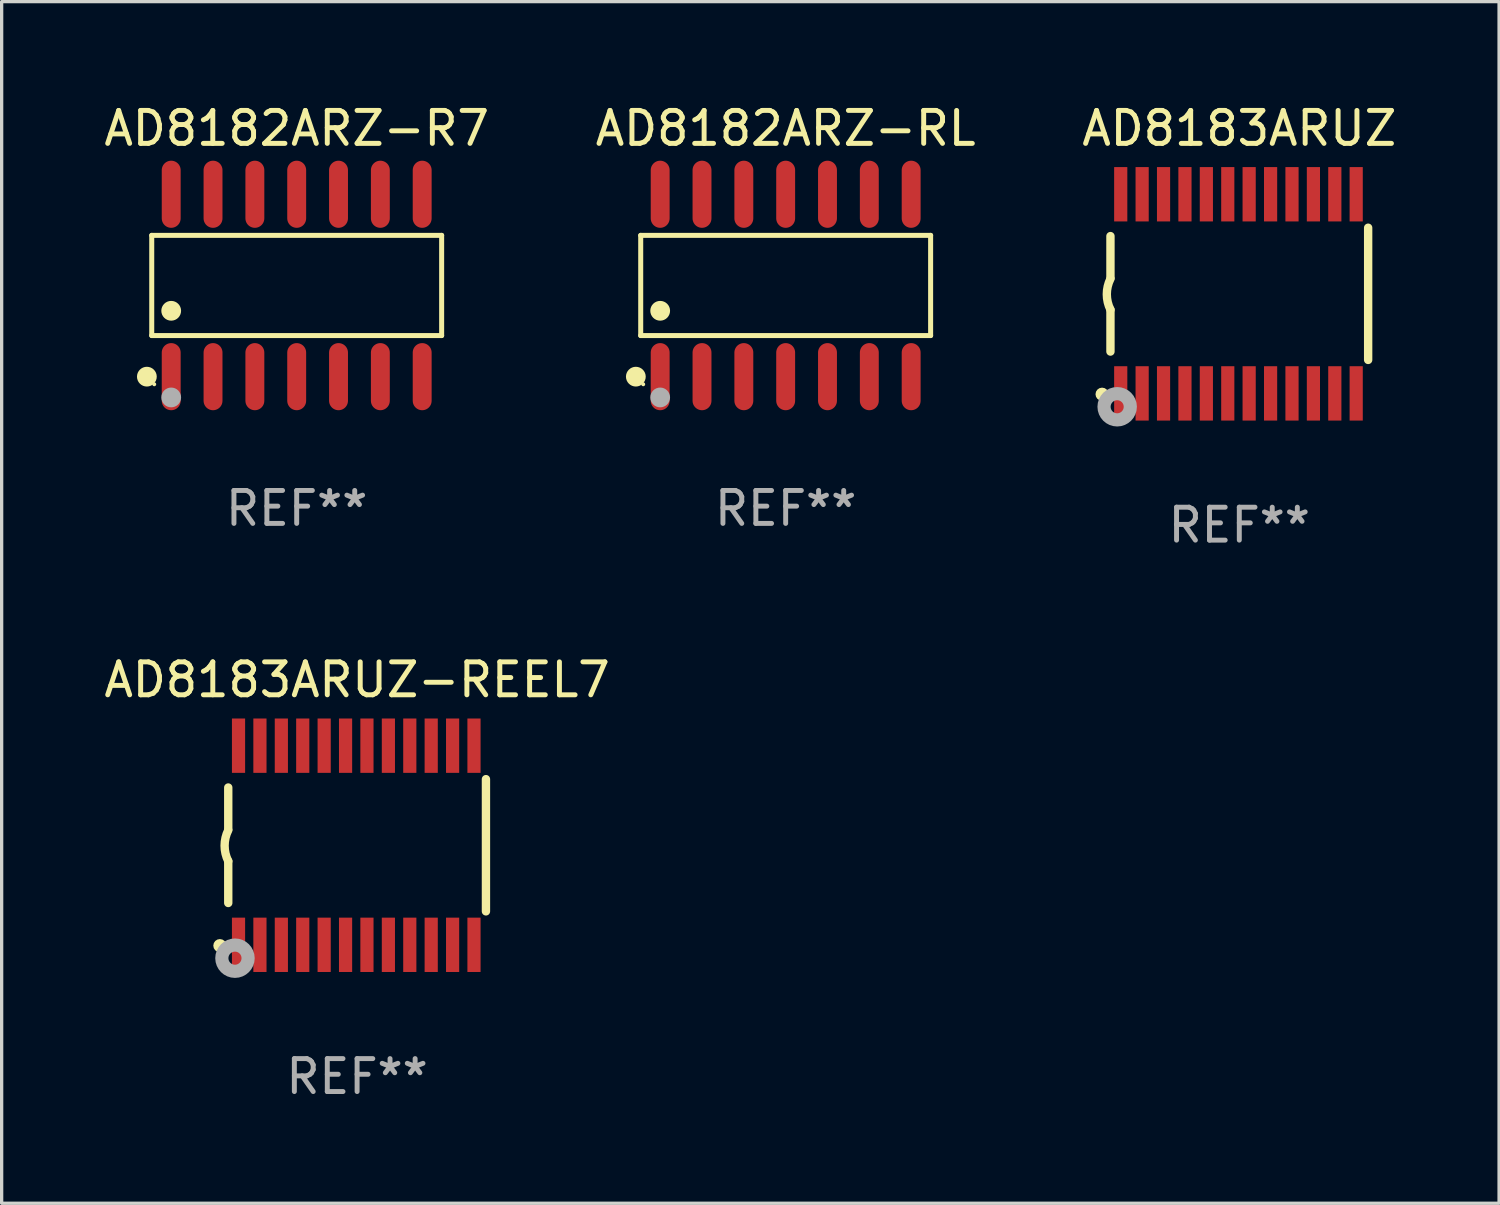
<source format=kicad_pcb>
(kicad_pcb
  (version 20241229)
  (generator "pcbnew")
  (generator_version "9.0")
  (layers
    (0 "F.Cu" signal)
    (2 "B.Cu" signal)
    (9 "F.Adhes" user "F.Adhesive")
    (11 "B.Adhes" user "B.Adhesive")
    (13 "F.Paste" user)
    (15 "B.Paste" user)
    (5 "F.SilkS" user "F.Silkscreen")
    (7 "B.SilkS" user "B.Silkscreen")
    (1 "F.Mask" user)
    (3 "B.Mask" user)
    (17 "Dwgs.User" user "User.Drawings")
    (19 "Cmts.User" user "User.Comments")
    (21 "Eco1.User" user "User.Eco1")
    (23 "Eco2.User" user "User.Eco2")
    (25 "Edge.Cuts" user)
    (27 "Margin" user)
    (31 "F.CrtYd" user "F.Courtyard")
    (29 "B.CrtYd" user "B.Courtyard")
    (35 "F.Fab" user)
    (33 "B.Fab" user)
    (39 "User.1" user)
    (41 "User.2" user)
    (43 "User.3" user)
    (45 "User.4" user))
  (footprint "AD8183ARUZ"
    (layer "F.Cu")
    (at 34.577 5.871)
    (property "Reference" "AD8183ARUZ" (at 0 -5.023 0) (layer "F.SilkS") (effects (font (size 1 1) (thickness 0.15))))
    (attr through_hole)
    (fp_line (start -3.912 -0.483) (end -3.912 -1.753) (stroke (width 0.254) (type solid)) (layer "F.SilkS"))
    (fp_line (start -3.912 1.753) (end -3.912 0.483) (stroke (width 0.254) (type solid)) (layer "F.SilkS"))
    (fp_line (start 3.912 -2.007) (end 3.912 2.007) (stroke (width 0.254) (type solid)) (layer "F.SilkS"))
    (fp_arc (start -3.911608 0.482601) (mid -4.022537 0.0127) (end -3.911608 -0.457201) (stroke (width 0.254001) (type solid)) (layer "F.SilkS"))
    (fp_circle (center -4.166 3.048) (end -4.066 3.048) (stroke (width 0.2) (type solid)) (fill no) (layer "F.SilkS"))
    (fp_circle (center -3.925 3.186) (end -3.895 3.186) (stroke (width 0.06) (type solid)) (fill no) (layer "F.SilkS"))
    (fp_circle (center -3.708 3.429) (end -3.509 3.429) (stroke (width 0.4) (type solid)) (fill no) (layer "F.Fab"))
    (fp_text user "REF**" (at 0 7.023 0) (layer "F.Fab") (effects (font (size 1 1) (thickness 0.15))))
    (pad "1" smd rect (at -3.6 3.023) (size 0.4 1.65) (layers "F.Cu" "F.Mask" "F.Paste"))
    (pad "2" smd rect (at -2.95 3.023) (size 0.4 1.65) (layers "F.Cu" "F.Mask" "F.Paste"))
    (pad "3" smd rect (at -2.3 3.023) (size 0.4 1.65) (layers "F.Cu" "F.Mask" "F.Paste"))
    (pad "4" smd rect (at -1.65 3.023) (size 0.4 1.65) (layers "F.Cu" "F.Mask" "F.Paste"))
    (pad "5" smd rect (at -1 3.023) (size 0.4 1.65) (layers "F.Cu" "F.Mask" "F.Paste"))
    (pad "6" smd rect (at -0.35 3.023) (size 0.4 1.65) (layers "F.Cu" "F.Mask" "F.Paste"))
    (pad "7" smd rect (at 0.299 3.023) (size 0.4 1.65) (layers "F.Cu" "F.Mask" "F.Paste"))
    (pad "8" smd rect (at 0.95 3.023) (size 0.4 1.65) (layers "F.Cu" "F.Mask" "F.Paste"))
    (pad "9" smd rect (at 1.6 3.023) (size 0.4 1.65) (layers "F.Cu" "F.Mask" "F.Paste"))
    (pad "10" smd rect (at 2.25 3.023) (size 0.4 1.65) (layers "F.Cu" "F.Mask" "F.Paste"))
    (pad "11" smd rect (at 2.9 3.023) (size 0.4 1.65) (layers "F.Cu" "F.Mask" "F.Paste"))
    (pad "12" smd rect (at 3.549 3.023) (size 0.4 1.65) (layers "F.Cu" "F.Mask" "F.Paste"))
    (pad "13" smd rect (at 3.549 -3.023) (size 0.4 1.65) (layers "F.Cu" "F.Mask" "F.Paste"))
    (pad "14" smd rect (at 2.9 -3.023) (size 0.4 1.65) (layers "F.Cu" "F.Mask" "F.Paste"))
    (pad "15" smd rect (at 2.25 -3.023) (size 0.4 1.65) (layers "F.Cu" "F.Mask" "F.Paste"))
    (pad "16" smd rect (at 1.6 -3.023) (size 0.4 1.65) (layers "F.Cu" "F.Mask" "F.Paste"))
    (pad "17" smd rect (at 0.95 -3.023) (size 0.4 1.65) (layers "F.Cu" "F.Mask" "F.Paste"))
    (pad "18" smd rect (at 0.299 -3.023) (size 0.4 1.65) (layers "F.Cu" "F.Mask" "F.Paste"))
    (pad "19" smd rect (at -0.35 -3.023) (size 0.4 1.65) (layers "F.Cu" "F.Mask" "F.Paste"))
    (pad "20" smd rect (at -1 -3.023) (size 0.4 1.65) (layers "F.Cu" "F.Mask" "F.Paste"))
    (pad "21" smd rect (at -1.65 -3.023) (size 0.4 1.65) (layers "F.Cu" "F.Mask" "F.Paste"))
    (pad "22" smd rect (at -2.3 -3.023) (size 0.4 1.65) (layers "F.Cu" "F.Mask" "F.Paste"))
    (pad "23" smd rect (at -2.95 -3.023) (size 0.4 1.65) (layers "F.Cu" "F.Mask" "F.Paste"))
    (pad "24" smd rect (at -3.6 -3.023) (size 0.4 1.65) (layers "F.Cu" "F.Mask" "F.Paste")))
  (footprint "AD8182ARZ-R7"
    (layer "F.Cu")
    (at 5.958 5.617)
    (property "Reference" "AD8182ARZ-R7" (at 0 -4.769 0) (layer "F.SilkS") (effects (font (size 1 1) (thickness 0.15))))
    (attr through_hole)
    (fp_line (start -4.401 -1.521) (end 4.401 -1.521) (stroke (width 0.152) (type solid)) (layer "F.SilkS"))
    (fp_line (start -4.401 1.521) (end -4.401 -1.521) (stroke (width 0.152) (type solid)) (layer "F.SilkS"))
    (fp_line (start 4.401 -1.521) (end 4.401 1.521) (stroke (width 0.152) (type solid)) (layer "F.SilkS"))
    (fp_line (start 4.401 1.521) (end -4.401 1.521) (stroke (width 0.152) (type solid)) (layer "F.SilkS"))
    (fp_circle (center -4.549 2.769) (end -4.399 2.769) (stroke (width 0.3) (type solid)) (fill no) (layer "F.SilkS"))
    (fp_circle (center -4.325 3) (end -4.295 3) (stroke (width 0.06) (type solid)) (fill no) (layer "F.SilkS"))
    (fp_circle (center -3.81 0.769) (end -3.66 0.769) (stroke (width 0.3) (type solid)) (fill no) (layer "F.SilkS"))
    (fp_circle (center -3.81 3.4) (end -3.66 3.4) (stroke (width 0.3) (type solid)) (fill no) (layer "F.Fab"))
    (fp_text user "REF**" (at 0 6.769 0) (layer "F.Fab") (effects (font (size 1 1) (thickness 0.15))))
    (pad "1" smd oval (at -3.81 2.769) (size 0.574 2.038) (layers "F.Cu" "F.Mask" "F.Paste"))
    (pad "2" smd oval (at -2.54 2.769) (size 0.574 2.038) (layers "F.Cu" "F.Mask" "F.Paste"))
    (pad "3" smd oval (at -1.27 2.769) (size 0.574 2.038) (layers "F.Cu" "F.Mask" "F.Paste"))
    (pad "4" smd oval (at 0 2.769) (size 0.574 2.038) (layers "F.Cu" "F.Mask" "F.Paste"))
    (pad "5" smd oval (at 1.27 2.769) (size 0.574 2.038) (layers "F.Cu" "F.Mask" "F.Paste"))
    (pad "6" smd oval (at 2.54 2.769) (size 0.574 2.038) (layers "F.Cu" "F.Mask" "F.Paste"))
    (pad "7" smd oval (at 3.81 2.769) (size 0.574 2.038) (layers "F.Cu" "F.Mask" "F.Paste"))
    (pad "8" smd oval (at 3.81 -2.769) (size 0.574 2.038) (layers "F.Cu" "F.Mask" "F.Paste"))
    (pad "9" smd oval (at 2.54 -2.769) (size 0.574 2.038) (layers "F.Cu" "F.Mask" "F.Paste"))
    (pad "10" smd oval (at 1.27 -2.769) (size 0.574 2.038) (layers "F.Cu" "F.Mask" "F.Paste"))
    (pad "11" smd oval (at 0 -2.769) (size 0.574 2.038) (layers "F.Cu" "F.Mask" "F.Paste"))
    (pad "12" smd oval (at -1.27 -2.769) (size 0.574 2.038) (layers "F.Cu" "F.Mask" "F.Paste"))
    (pad "13" smd oval (at -2.54 -2.769) (size 0.574 2.038) (layers "F.Cu" "F.Mask" "F.Paste"))
    (pad "14" smd oval (at -3.81 -2.769) (size 0.574 2.038) (layers "F.Cu" "F.Mask" "F.Paste")))
  (footprint "AD8182ARZ-RL"
    (layer "F.Cu")
    (at 20.804 5.617)
    (property "Reference" "AD8182ARZ-RL" (at 0 -4.769 0) (layer "F.SilkS") (effects (font (size 1 1) (thickness 0.15))))
    (attr through_hole)
    (fp_line (start -4.401 -1.521) (end 4.401 -1.521) (stroke (width 0.152) (type solid)) (layer "F.SilkS"))
    (fp_line (start -4.401 1.521) (end -4.401 -1.521) (stroke (width 0.152) (type solid)) (layer "F.SilkS"))
    (fp_line (start 4.401 -1.521) (end 4.401 1.521) (stroke (width 0.152) (type solid)) (layer "F.SilkS"))
    (fp_line (start 4.401 1.521) (end -4.401 1.521) (stroke (width 0.152) (type solid)) (layer "F.SilkS"))
    (fp_circle (center -4.549 2.769) (end -4.399 2.769) (stroke (width 0.3) (type solid)) (fill no) (layer "F.SilkS"))
    (fp_circle (center -4.325 3) (end -4.295 3) (stroke (width 0.06) (type solid)) (fill no) (layer "F.SilkS"))
    (fp_circle (center -3.81 0.769) (end -3.66 0.769) (stroke (width 0.3) (type solid)) (fill no) (layer "F.SilkS"))
    (fp_circle (center -3.81 3.4) (end -3.66 3.4) (stroke (width 0.3) (type solid)) (fill no) (layer "F.Fab"))
    (fp_text user "REF**" (at 0 6.769 0) (layer "F.Fab") (effects (font (size 1 1) (thickness 0.15))))
    (pad "1" smd oval (at -3.81 2.769) (size 0.574 2.038) (layers "F.Cu" "F.Mask" "F.Paste"))
    (pad "2" smd oval (at -2.54 2.769) (size 0.574 2.038) (layers "F.Cu" "F.Mask" "F.Paste"))
    (pad "3" smd oval (at -1.27 2.769) (size 0.574 2.038) (layers "F.Cu" "F.Mask" "F.Paste"))
    (pad "4" smd oval (at 0 2.769) (size 0.574 2.038) (layers "F.Cu" "F.Mask" "F.Paste"))
    (pad "5" smd oval (at 1.27 2.769) (size 0.574 2.038) (layers "F.Cu" "F.Mask" "F.Paste"))
    (pad "6" smd oval (at 2.54 2.769) (size 0.574 2.038) (layers "F.Cu" "F.Mask" "F.Paste"))
    (pad "7" smd oval (at 3.81 2.769) (size 0.574 2.038) (layers "F.Cu" "F.Mask" "F.Paste"))
    (pad "8" smd oval (at 3.81 -2.769) (size 0.574 2.038) (layers "F.Cu" "F.Mask" "F.Paste"))
    (pad "9" smd oval (at 2.54 -2.769) (size 0.574 2.038) (layers "F.Cu" "F.Mask" "F.Paste"))
    (pad "10" smd oval (at 1.27 -2.769) (size 0.574 2.038) (layers "F.Cu" "F.Mask" "F.Paste"))
    (pad "11" smd oval (at 0 -2.769) (size 0.574 2.038) (layers "F.Cu" "F.Mask" "F.Paste"))
    (pad "12" smd oval (at -1.27 -2.769) (size 0.574 2.038) (layers "F.Cu" "F.Mask" "F.Paste"))
    (pad "13" smd oval (at -2.54 -2.769) (size 0.574 2.038) (layers "F.Cu" "F.Mask" "F.Paste"))
    (pad "14" smd oval (at -3.81 -2.769) (size 0.574 2.038) (layers "F.Cu" "F.Mask" "F.Paste")))
  (footprint "AD8183ARUZ-REEL7"
    (layer "F.Cu")
    (at 7.792 22.613)
    (property "Reference" "AD8183ARUZ-REEL7" (at 0 -5.023 0) (layer "F.SilkS") (effects (font (size 1 1) (thickness 0.15))))
    (attr through_hole)
    (fp_line (start -3.912 -0.483) (end -3.912 -1.753) (stroke (width 0.254) (type solid)) (layer "F.SilkS"))
    (fp_line (start -3.912 1.753) (end -3.912 0.483) (stroke (width 0.254) (type solid)) (layer "F.SilkS"))
    (fp_line (start 3.912 -2.007) (end 3.912 2.007) (stroke (width 0.254) (type solid)) (layer "F.SilkS"))
    (fp_arc (start -3.911608 0.482601) (mid -4.022537 0.0127) (end -3.911608 -0.457201) (stroke (width 0.254001) (type solid)) (layer "F.SilkS"))
    (fp_circle (center -4.166 3.048) (end -4.066 3.048) (stroke (width 0.2) (type solid)) (fill no) (layer "F.SilkS"))
    (fp_circle (center -3.925 3.186) (end -3.895 3.186) (stroke (width 0.06) (type solid)) (fill no) (layer "F.SilkS"))
    (fp_circle (center -3.708 3.429) (end -3.509 3.429) (stroke (width 0.4) (type solid)) (fill no) (layer "F.Fab"))
    (fp_text user "REF**" (at 0 7.023 0) (layer "F.Fab") (effects (font (size 1 1) (thickness 0.15))))
    (pad "1" smd rect (at -3.6 3.023) (size 0.4 1.65) (layers "F.Cu" "F.Mask" "F.Paste"))
    (pad "2" smd rect (at -2.95 3.023) (size 0.4 1.65) (layers "F.Cu" "F.Mask" "F.Paste"))
    (pad "3" smd rect (at -2.3 3.023) (size 0.4 1.65) (layers "F.Cu" "F.Mask" "F.Paste"))
    (pad "4" smd rect (at -1.65 3.023) (size 0.4 1.65) (layers "F.Cu" "F.Mask" "F.Paste"))
    (pad "5" smd rect (at -1 3.023) (size 0.4 1.65) (layers "F.Cu" "F.Mask" "F.Paste"))
    (pad "6" smd rect (at -0.35 3.023) (size 0.4 1.65) (layers "F.Cu" "F.Mask" "F.Paste"))
    (pad "7" smd rect (at 0.299 3.023) (size 0.4 1.65) (layers "F.Cu" "F.Mask" "F.Paste"))
    (pad "8" smd rect (at 0.95 3.023) (size 0.4 1.65) (layers "F.Cu" "F.Mask" "F.Paste"))
    (pad "9" smd rect (at 1.6 3.023) (size 0.4 1.65) (layers "F.Cu" "F.Mask" "F.Paste"))
    (pad "10" smd rect (at 2.25 3.023) (size 0.4 1.65) (layers "F.Cu" "F.Mask" "F.Paste"))
    (pad "11" smd rect (at 2.9 3.023) (size 0.4 1.65) (layers "F.Cu" "F.Mask" "F.Paste"))
    (pad "12" smd rect (at 3.549 3.023) (size 0.4 1.65) (layers "F.Cu" "F.Mask" "F.Paste"))
    (pad "13" smd rect (at 3.549 -3.023) (size 0.4 1.65) (layers "F.Cu" "F.Mask" "F.Paste"))
    (pad "14" smd rect (at 2.9 -3.023) (size 0.4 1.65) (layers "F.Cu" "F.Mask" "F.Paste"))
    (pad "15" smd rect (at 2.25 -3.023) (size 0.4 1.65) (layers "F.Cu" "F.Mask" "F.Paste"))
    (pad "16" smd rect (at 1.6 -3.023) (size 0.4 1.65) (layers "F.Cu" "F.Mask" "F.Paste"))
    (pad "17" smd rect (at 0.95 -3.023) (size 0.4 1.65) (layers "F.Cu" "F.Mask" "F.Paste"))
    (pad "18" smd rect (at 0.299 -3.023) (size 0.4 1.65) (layers "F.Cu" "F.Mask" "F.Paste"))
    (pad "19" smd rect (at -0.35 -3.023) (size 0.4 1.65) (layers "F.Cu" "F.Mask" "F.Paste"))
    (pad "20" smd rect (at -1 -3.023) (size 0.4 1.65) (layers "F.Cu" "F.Mask" "F.Paste"))
    (pad "21" smd rect (at -1.65 -3.023) (size 0.4 1.65) (layers "F.Cu" "F.Mask" "F.Paste"))
    (pad "22" smd rect (at -2.3 -3.023) (size 0.4 1.65) (layers "F.Cu" "F.Mask" "F.Paste"))
    (pad "23" smd rect (at -2.95 -3.023) (size 0.4 1.65) (layers "F.Cu" "F.Mask" "F.Paste"))
    (pad "24" smd rect (at -3.6 -3.023) (size 0.4 1.65) (layers "F.Cu" "F.Mask" "F.Paste")))
  (gr_rect
    (start -3 -3)
    (end 42.464 33.483)
    (stroke (width 0.1) (type default))
    (fill no)
    (layer "Edge.Cuts")))
</source>
